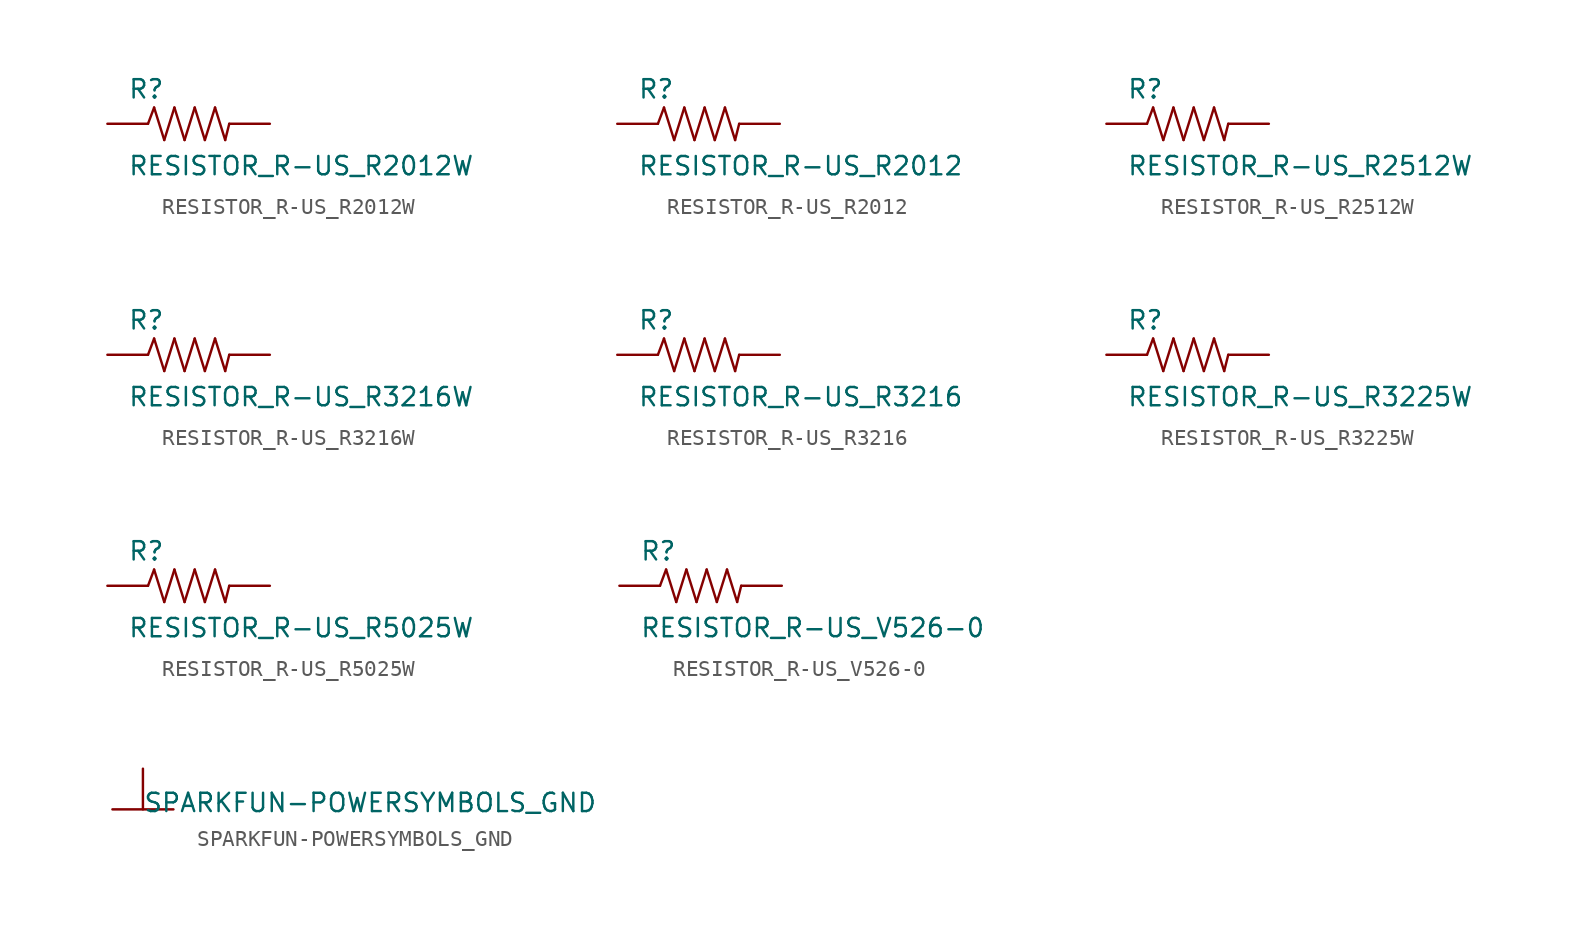
<source format=kicad_sym>
(kicad_symbol_lib
  (version 20210619)
  (generator kicad_symbol_editor)
  (symbol "RESISTOR_R-US_R2012W"
    (pin_numbers hide)
    (pin_names
      (offset 1.016) hide)
    (property "Reference" "R"
      (at -3.81 1.499 0)
      (effects (font (size 1.143 1.143)) (justify left bottom)))
    (property "Value" "RESISTOR_R-US_R2012W"
      (at -3.81 -3.302 0)
      (effects (font (size 1.143 1.143)) (justify left bottom)))
    (property "ki_locked" ""
      (at 0 0 0)
      (effects (font (size 1.27 1.27))))
    (symbol "RESISTOR_R-US_R2012W_1_0"
      (polyline (pts (xy -2.54 0) (xy -2.159 1.016)) (stroke (width 0)) (fill (type none)))
      (polyline (pts (xy -2.159 1.016) (xy -1.524 -1.016)) (stroke (width 0)) (fill (type none)))
      (polyline (pts (xy -1.524 -1.016) (xy -0.889 1.016)) (stroke (width 0)) (fill (type none)))
      (polyline (pts (xy -0.889 1.016) (xy -0.254 -1.016)) (stroke (width 0)) (fill (type none)))
      (polyline (pts (xy -0.254 -1.016) (xy 0.381 1.016)) (stroke (width 0)) (fill (type none)))
      (polyline (pts (xy 0.381 1.016) (xy 1.016 -1.016)) (stroke (width 0)) (fill (type none)))
      (polyline (pts (xy 1.016 -1.016) (xy 1.651 1.016)) (stroke (width 0)) (fill (type none)))
      (polyline (pts (xy 1.651 1.016) (xy 2.286 -1.016)) (stroke (width 0)) (fill (type none)))
      (polyline (pts (xy 2.286 -1.016) (xy 2.54 0)) (stroke (width 0)) (fill (type none))))
    (symbol "RESISTOR_R-US_R2012W_1_1"
      (pin passive line (at -5.08 0 0) (length 2.54) (name "1" (effects (font (size 1.016 1.016)))) (number "1" (effects (font (size 1.016 1.016)))))
      (pin passive line (at 5.08 0 180) (length 2.54) (name "2" (effects (font (size 1.016 1.016)))) (number "2" (effects (font (size 1.016 1.016)))))))
  (symbol "RESISTOR_R-US_R2012"
    (pin_numbers hide)
    (pin_names
      (offset 1.016) hide)
    (property "Reference" "R"
      (at -3.81 1.499 0)
      (effects (font (size 1.143 1.143)) (justify left bottom)))
    (property "Value" "RESISTOR_R-US_R2012"
      (at -3.81 -3.302 0)
      (effects (font (size 1.143 1.143)) (justify left bottom)))
    (property "ki_locked" ""
      (at 0 0 0)
      (effects (font (size 1.27 1.27))))
    (symbol "RESISTOR_R-US_R2012_1_0"
      (polyline (pts (xy -2.54 0) (xy -2.159 1.016)) (stroke (width 0)) (fill (type none)))
      (polyline (pts (xy -2.159 1.016) (xy -1.524 -1.016)) (stroke (width 0)) (fill (type none)))
      (polyline (pts (xy -1.524 -1.016) (xy -0.889 1.016)) (stroke (width 0)) (fill (type none)))
      (polyline (pts (xy -0.889 1.016) (xy -0.254 -1.016)) (stroke (width 0)) (fill (type none)))
      (polyline (pts (xy -0.254 -1.016) (xy 0.381 1.016)) (stroke (width 0)) (fill (type none)))
      (polyline (pts (xy 0.381 1.016) (xy 1.016 -1.016)) (stroke (width 0)) (fill (type none)))
      (polyline (pts (xy 1.016 -1.016) (xy 1.651 1.016)) (stroke (width 0)) (fill (type none)))
      (polyline (pts (xy 1.651 1.016) (xy 2.286 -1.016)) (stroke (width 0)) (fill (type none)))
      (polyline (pts (xy 2.286 -1.016) (xy 2.54 0)) (stroke (width 0)) (fill (type none))))
    (symbol "RESISTOR_R-US_R2012_1_1"
      (pin passive line (at -5.08 0 0) (length 2.54) (name "1" (effects (font (size 1.016 1.016)))) (number "1" (effects (font (size 1.016 1.016)))))
      (pin passive line (at 5.08 0 180) (length 2.54) (name "2" (effects (font (size 1.016 1.016)))) (number "2" (effects (font (size 1.016 1.016)))))))
  (symbol "RESISTOR_R-US_R2512W"
    (pin_numbers hide)
    (pin_names
      (offset 1.016) hide)
    (property "Reference" "R"
      (at -3.81 1.499 0)
      (effects (font (size 1.143 1.143)) (justify left bottom)))
    (property "Value" "RESISTOR_R-US_R2512W"
      (at -3.81 -3.302 0)
      (effects (font (size 1.143 1.143)) (justify left bottom)))
    (property "ki_locked" ""
      (at 0 0 0)
      (effects (font (size 1.27 1.27))))
    (symbol "RESISTOR_R-US_R2512W_1_0"
      (polyline (pts (xy -2.54 0) (xy -2.159 1.016)) (stroke (width 0)) (fill (type none)))
      (polyline (pts (xy -2.159 1.016) (xy -1.524 -1.016)) (stroke (width 0)) (fill (type none)))
      (polyline (pts (xy -1.524 -1.016) (xy -0.889 1.016)) (stroke (width 0)) (fill (type none)))
      (polyline (pts (xy -0.889 1.016) (xy -0.254 -1.016)) (stroke (width 0)) (fill (type none)))
      (polyline (pts (xy -0.254 -1.016) (xy 0.381 1.016)) (stroke (width 0)) (fill (type none)))
      (polyline (pts (xy 0.381 1.016) (xy 1.016 -1.016)) (stroke (width 0)) (fill (type none)))
      (polyline (pts (xy 1.016 -1.016) (xy 1.651 1.016)) (stroke (width 0)) (fill (type none)))
      (polyline (pts (xy 1.651 1.016) (xy 2.286 -1.016)) (stroke (width 0)) (fill (type none)))
      (polyline (pts (xy 2.286 -1.016) (xy 2.54 0)) (stroke (width 0)) (fill (type none))))
    (symbol "RESISTOR_R-US_R2512W_1_1"
      (pin passive line (at -5.08 0 0) (length 2.54) (name "1" (effects (font (size 1.016 1.016)))) (number "1" (effects (font (size 1.016 1.016)))))
      (pin passive line (at 5.08 0 180) (length 2.54) (name "2" (effects (font (size 1.016 1.016)))) (number "2" (effects (font (size 1.016 1.016)))))))
  (symbol "RESISTOR_R-US_R3216W"
    (pin_numbers hide)
    (pin_names
      (offset 1.016) hide)
    (property "Reference" "R"
      (at -3.81 1.499 0)
      (effects (font (size 1.143 1.143)) (justify left bottom)))
    (property "Value" "RESISTOR_R-US_R3216W"
      (at -3.81 -3.302 0)
      (effects (font (size 1.143 1.143)) (justify left bottom)))
    (property "ki_locked" ""
      (at 0 0 0)
      (effects (font (size 1.27 1.27))))
    (symbol "RESISTOR_R-US_R3216W_1_0"
      (polyline (pts (xy -2.54 0) (xy -2.159 1.016)) (stroke (width 0)) (fill (type none)))
      (polyline (pts (xy -2.159 1.016) (xy -1.524 -1.016)) (stroke (width 0)) (fill (type none)))
      (polyline (pts (xy -1.524 -1.016) (xy -0.889 1.016)) (stroke (width 0)) (fill (type none)))
      (polyline (pts (xy -0.889 1.016) (xy -0.254 -1.016)) (stroke (width 0)) (fill (type none)))
      (polyline (pts (xy -0.254 -1.016) (xy 0.381 1.016)) (stroke (width 0)) (fill (type none)))
      (polyline (pts (xy 0.381 1.016) (xy 1.016 -1.016)) (stroke (width 0)) (fill (type none)))
      (polyline (pts (xy 1.016 -1.016) (xy 1.651 1.016)) (stroke (width 0)) (fill (type none)))
      (polyline (pts (xy 1.651 1.016) (xy 2.286 -1.016)) (stroke (width 0)) (fill (type none)))
      (polyline (pts (xy 2.286 -1.016) (xy 2.54 0)) (stroke (width 0)) (fill (type none))))
    (symbol "RESISTOR_R-US_R3216W_1_1"
      (pin passive line (at -5.08 0 0) (length 2.54) (name "1" (effects (font (size 1.016 1.016)))) (number "1" (effects (font (size 1.016 1.016)))))
      (pin passive line (at 5.08 0 180) (length 2.54) (name "2" (effects (font (size 1.016 1.016)))) (number "2" (effects (font (size 1.016 1.016)))))))
  (symbol "RESISTOR_R-US_R3216"
    (pin_numbers hide)
    (pin_names
      (offset 1.016) hide)
    (property "Reference" "R"
      (at -3.81 1.499 0)
      (effects (font (size 1.143 1.143)) (justify left bottom)))
    (property "Value" "RESISTOR_R-US_R3216"
      (at -3.81 -3.302 0)
      (effects (font (size 1.143 1.143)) (justify left bottom)))
    (property "ki_locked" ""
      (at 0 0 0)
      (effects (font (size 1.27 1.27))))
    (symbol "RESISTOR_R-US_R3216_1_0"
      (polyline (pts (xy -2.54 0) (xy -2.159 1.016)) (stroke (width 0)) (fill (type none)))
      (polyline (pts (xy -2.159 1.016) (xy -1.524 -1.016)) (stroke (width 0)) (fill (type none)))
      (polyline (pts (xy -1.524 -1.016) (xy -0.889 1.016)) (stroke (width 0)) (fill (type none)))
      (polyline (pts (xy -0.889 1.016) (xy -0.254 -1.016)) (stroke (width 0)) (fill (type none)))
      (polyline (pts (xy -0.254 -1.016) (xy 0.381 1.016)) (stroke (width 0)) (fill (type none)))
      (polyline (pts (xy 0.381 1.016) (xy 1.016 -1.016)) (stroke (width 0)) (fill (type none)))
      (polyline (pts (xy 1.016 -1.016) (xy 1.651 1.016)) (stroke (width 0)) (fill (type none)))
      (polyline (pts (xy 1.651 1.016) (xy 2.286 -1.016)) (stroke (width 0)) (fill (type none)))
      (polyline (pts (xy 2.286 -1.016) (xy 2.54 0)) (stroke (width 0)) (fill (type none))))
    (symbol "RESISTOR_R-US_R3216_1_1"
      (pin passive line (at -5.08 0 0) (length 2.54) (name "1" (effects (font (size 1.016 1.016)))) (number "1" (effects (font (size 1.016 1.016)))))
      (pin passive line (at 5.08 0 180) (length 2.54) (name "2" (effects (font (size 1.016 1.016)))) (number "2" (effects (font (size 1.016 1.016)))))))
  (symbol "RESISTOR_R-US_R3225W"
    (pin_numbers hide)
    (pin_names
      (offset 1.016) hide)
    (property "Reference" "R"
      (at -3.81 1.499 0)
      (effects (font (size 1.143 1.143)) (justify left bottom)))
    (property "Value" "RESISTOR_R-US_R3225W"
      (at -3.81 -3.302 0)
      (effects (font (size 1.143 1.143)) (justify left bottom)))
    (property "ki_locked" ""
      (at 0 0 0)
      (effects (font (size 1.27 1.27))))
    (symbol "RESISTOR_R-US_R3225W_1_0"
      (polyline (pts (xy -2.54 0) (xy -2.159 1.016)) (stroke (width 0)) (fill (type none)))
      (polyline (pts (xy -2.159 1.016) (xy -1.524 -1.016)) (stroke (width 0)) (fill (type none)))
      (polyline (pts (xy -1.524 -1.016) (xy -0.889 1.016)) (stroke (width 0)) (fill (type none)))
      (polyline (pts (xy -0.889 1.016) (xy -0.254 -1.016)) (stroke (width 0)) (fill (type none)))
      (polyline (pts (xy -0.254 -1.016) (xy 0.381 1.016)) (stroke (width 0)) (fill (type none)))
      (polyline (pts (xy 0.381 1.016) (xy 1.016 -1.016)) (stroke (width 0)) (fill (type none)))
      (polyline (pts (xy 1.016 -1.016) (xy 1.651 1.016)) (stroke (width 0)) (fill (type none)))
      (polyline (pts (xy 1.651 1.016) (xy 2.286 -1.016)) (stroke (width 0)) (fill (type none)))
      (polyline (pts (xy 2.286 -1.016) (xy 2.54 0)) (stroke (width 0)) (fill (type none))))
    (symbol "RESISTOR_R-US_R3225W_1_1"
      (pin passive line (at -5.08 0 0) (length 2.54) (name "1" (effects (font (size 1.016 1.016)))) (number "1" (effects (font (size 1.016 1.016)))))
      (pin passive line (at 5.08 0 180) (length 2.54) (name "2" (effects (font (size 1.016 1.016)))) (number "2" (effects (font (size 1.016 1.016)))))))
  (symbol "RESISTOR_R-US_R5025W"
    (pin_numbers hide)
    (pin_names
      (offset 1.016) hide)
    (property "Reference" "R"
      (at -3.81 1.499 0)
      (effects (font (size 1.143 1.143)) (justify left bottom)))
    (property "Value" "RESISTOR_R-US_R5025W"
      (at -3.81 -3.302 0)
      (effects (font (size 1.143 1.143)) (justify left bottom)))
    (property "ki_locked" ""
      (at 0 0 0)
      (effects (font (size 1.27 1.27))))
    (symbol "RESISTOR_R-US_R5025W_1_0"
      (polyline (pts (xy -2.54 0) (xy -2.159 1.016)) (stroke (width 0)) (fill (type none)))
      (polyline (pts (xy -2.159 1.016) (xy -1.524 -1.016)) (stroke (width 0)) (fill (type none)))
      (polyline (pts (xy -1.524 -1.016) (xy -0.889 1.016)) (stroke (width 0)) (fill (type none)))
      (polyline (pts (xy -0.889 1.016) (xy -0.254 -1.016)) (stroke (width 0)) (fill (type none)))
      (polyline (pts (xy -0.254 -1.016) (xy 0.381 1.016)) (stroke (width 0)) (fill (type none)))
      (polyline (pts (xy 0.381 1.016) (xy 1.016 -1.016)) (stroke (width 0)) (fill (type none)))
      (polyline (pts (xy 1.016 -1.016) (xy 1.651 1.016)) (stroke (width 0)) (fill (type none)))
      (polyline (pts (xy 1.651 1.016) (xy 2.286 -1.016)) (stroke (width 0)) (fill (type none)))
      (polyline (pts (xy 2.286 -1.016) (xy 2.54 0)) (stroke (width 0)) (fill (type none))))
    (symbol "RESISTOR_R-US_R5025W_1_1"
      (pin passive line (at -5.08 0 0) (length 2.54) (name "1" (effects (font (size 1.016 1.016)))) (number "1" (effects (font (size 1.016 1.016)))))
      (pin passive line (at 5.08 0 180) (length 2.54) (name "2" (effects (font (size 1.016 1.016)))) (number "2" (effects (font (size 1.016 1.016)))))))
  (symbol "RESISTOR_R-US_V526-0"
    (pin_numbers hide)
    (pin_names
      (offset 1.016) hide)
    (property "Reference" "R"
      (at -3.81 1.499 0)
      (effects (font (size 1.143 1.143)) (justify left bottom)))
    (property "Value" "RESISTOR_R-US_V526-0"
      (at -3.81 -3.302 0)
      (effects (font (size 1.143 1.143)) (justify left bottom)))
    (property "ki_locked" ""
      (at 0 0 0)
      (effects (font (size 1.27 1.27))))
    (symbol "RESISTOR_R-US_V526-0_1_0"
      (polyline (pts (xy -2.54 0) (xy -2.159 1.016)) (stroke (width 0)) (fill (type none)))
      (polyline (pts (xy -2.159 1.016) (xy -1.524 -1.016)) (stroke (width 0)) (fill (type none)))
      (polyline (pts (xy -1.524 -1.016) (xy -0.889 1.016)) (stroke (width 0)) (fill (type none)))
      (polyline (pts (xy -0.889 1.016) (xy -0.254 -1.016)) (stroke (width 0)) (fill (type none)))
      (polyline (pts (xy -0.254 -1.016) (xy 0.381 1.016)) (stroke (width 0)) (fill (type none)))
      (polyline (pts (xy 0.381 1.016) (xy 1.016 -1.016)) (stroke (width 0)) (fill (type none)))
      (polyline (pts (xy 1.016 -1.016) (xy 1.651 1.016)) (stroke (width 0)) (fill (type none)))
      (polyline (pts (xy 1.651 1.016) (xy 2.286 -1.016)) (stroke (width 0)) (fill (type none)))
      (polyline (pts (xy 2.286 -1.016) (xy 2.54 0)) (stroke (width 0)) (fill (type none))))
    (symbol "RESISTOR_R-US_V526-0_1_1"
      (pin passive line (at -5.08 0 0) (length 2.54) (name "1" (effects (font (size 1.016 1.016)))) (number "1" (effects (font (size 1.016 1.016)))))
      (pin passive line (at 5.08 0 180) (length 2.54) (name "2" (effects (font (size 1.016 1.016)))) (number "2" (effects (font (size 1.016 1.016)))))))
  (symbol "SPARKFUN-POWERSYMBOLS_GND"
    (power)
    (pin_numbers hide)
    (pin_names
      (offset 1.016) hide)
    (property "Reference" "#GND"
      (at 0 0 0)
      (effects (font (size 1.143 1.143)) (justify left bottom) hide))
    (property "Value" "SPARKFUN-POWERSYMBOLS_GND"
      (at 0 -0.254 0)
      (effects (font (size 1.143 1.143)) (justify left bottom)))
    (property "ki_locked" ""
      (at 0 0 0)
      (effects (font (size 1.27 1.27))))
    (symbol "SPARKFUN-POWERSYMBOLS_GND_1_0"
      (polyline (pts (xy -1.905 0) (xy 1.905 0)) (stroke (width 0)) (fill (type none)))
      (polyline (pts (xy 0 2.54) (xy 0 0)) (stroke (width 0)) (fill (type none))))
    (symbol "SPARKFUN-POWERSYMBOLS_GND_1_1"
      (pin power_in line (at 0 2.54 270) (length 2.54) hide (name "GND" (effects (font (size 1.016 1.016)))) (number "~" (effects (font (size 1.016 1.016))))))))
</source>
